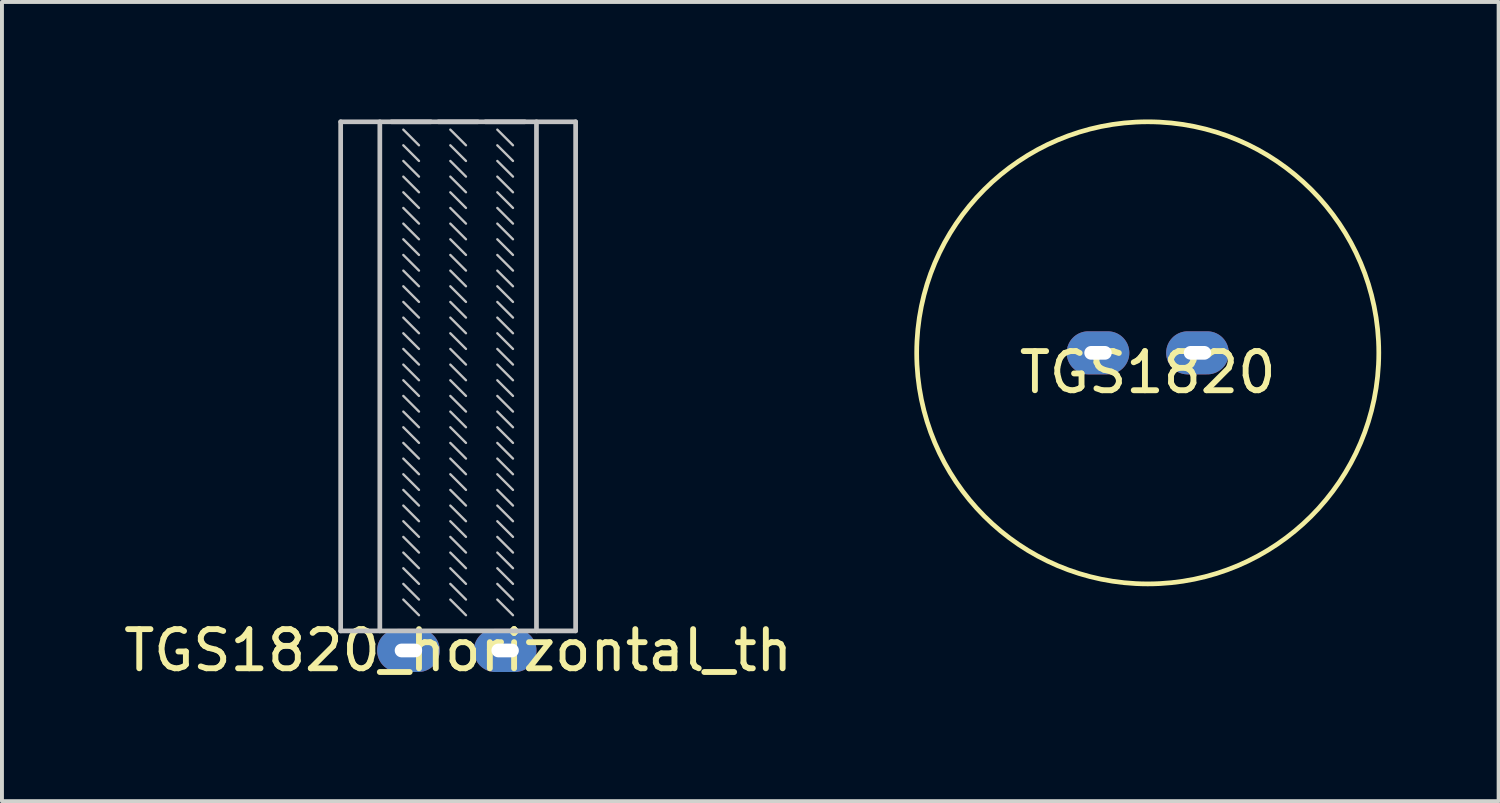
<source format=kicad_pcb>
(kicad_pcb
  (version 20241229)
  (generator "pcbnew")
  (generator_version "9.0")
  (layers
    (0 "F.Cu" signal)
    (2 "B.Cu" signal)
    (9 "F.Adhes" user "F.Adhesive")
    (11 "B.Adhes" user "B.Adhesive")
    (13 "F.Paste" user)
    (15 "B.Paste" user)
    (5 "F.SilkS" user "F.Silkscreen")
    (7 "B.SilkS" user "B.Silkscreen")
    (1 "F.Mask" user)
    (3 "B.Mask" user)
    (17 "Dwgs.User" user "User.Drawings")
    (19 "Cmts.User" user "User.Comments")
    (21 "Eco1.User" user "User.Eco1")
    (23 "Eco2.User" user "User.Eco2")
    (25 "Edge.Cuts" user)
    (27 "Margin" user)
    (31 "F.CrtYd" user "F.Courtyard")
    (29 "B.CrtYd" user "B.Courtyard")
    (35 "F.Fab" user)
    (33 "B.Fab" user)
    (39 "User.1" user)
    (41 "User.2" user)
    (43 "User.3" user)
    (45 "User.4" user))
  (footprint "TGS1820"
    (layer "F.Cu")
    (at 26.258 5.96)
    (property "Reference" "TGS1820" (at 0 0.5 0) (layer "F.SilkS") (effects (font (size 1 1) (thickness 0.15))))
    (attr through_hole)
    (fp_circle (center 0 0) (end 5.9 0) (stroke (width 0.12) (type solid)) (fill no) (layer "F.SilkS"))
    (pad "1" thru_hole oval (at -1.27 0) (size 1.6 1.1) (drill oval 0.7 0.35) (layers "*.Cu" "*.Mask"))
    (pad "2" thru_hole oval (at 1.27 0) (size 1.6 1.1) (drill oval 0.7 0.35) (layers "*.Cu" "*.Mask")))
  (footprint "TGS1820_horizontal_th"
    (layer "F.Cu")
    (at 8.649 13.06)
    (property "Reference" "TGS1820_horizontal_th" (at 0 0.5 0) (layer "F.SilkS") (effects (font (size 1 1) (thickness 0.15))))
    (attr through_hole)
    (fp_line (start -3 -13) (end 3 -13) (stroke (width 0.12) (type solid)) (layer "Dwgs.User"))
    (fp_line (start -3 0) (end -3 -13) (stroke (width 0.12) (type solid)) (layer "Dwgs.User"))
    (fp_line (start -3 0) (end 3 0) (stroke (width 0.12) (type solid)) (layer "Dwgs.User"))
    (fp_line (start -2 0) (end -2 -13) (stroke (width 0.12) (type solid)) (layer "Dwgs.User"))
    (fp_line (start -1.7 -13) (end -0.7 -13) (stroke (width 0.12) (type solid)) (layer "Dwgs.User"))
    (fp_line (start -1.4 -12.8) (end -1 -12.4) (stroke (width 0.06) (type solid)) (layer "Dwgs.User"))
    (fp_line (start -1.4 -12.4) (end -1 -12) (stroke (width 0.06) (type solid)) (layer "Dwgs.User"))
    (fp_line (start -1.4 -12) (end -1 -11.6) (stroke (width 0.06) (type solid)) (layer "Dwgs.User"))
    (fp_line (start -1.4 -11.6) (end -1 -11.2) (stroke (width 0.06) (type solid)) (layer "Dwgs.User"))
    (fp_line (start -1.4 -11.2) (end -1 -10.8) (stroke (width 0.06) (type solid)) (layer "Dwgs.User"))
    (fp_line (start -1.4 -10.8) (end -1 -10.4) (stroke (width 0.06) (type solid)) (layer "Dwgs.User"))
    (fp_line (start -1.4 -10.4) (end -1 -10) (stroke (width 0.06) (type solid)) (layer "Dwgs.User"))
    (fp_line (start -1.4 -10) (end -1 -9.6) (stroke (width 0.06) (type solid)) (layer "Dwgs.User"))
    (fp_line (start -1.4 -9.6) (end -1 -9.2) (stroke (width 0.06) (type solid)) (layer "Dwgs.User"))
    (fp_line (start -1.4 -9.2) (end -1 -8.8) (stroke (width 0.06) (type solid)) (layer "Dwgs.User"))
    (fp_line (start -1.4 -8.8) (end -1 -8.4) (stroke (width 0.06) (type solid)) (layer "Dwgs.User"))
    (fp_line (start -1.4 -8.4) (end -1 -8) (stroke (width 0.06) (type solid)) (layer "Dwgs.User"))
    (fp_line (start -1.4 -8) (end -1 -7.6) (stroke (width 0.06) (type solid)) (layer "Dwgs.User"))
    (fp_line (start -1.4 -7.6) (end -1 -7.2) (stroke (width 0.06) (type solid)) (layer "Dwgs.User"))
    (fp_line (start -1.4 -7.2) (end -1 -6.8) (stroke (width 0.06) (type solid)) (layer "Dwgs.User"))
    (fp_line (start -1.4 -6.8) (end -1 -6.4) (stroke (width 0.06) (type solid)) (layer "Dwgs.User"))
    (fp_line (start -1.4 -6.4) (end -1 -6) (stroke (width 0.06) (type solid)) (layer "Dwgs.User"))
    (fp_line (start -1.4 -6) (end -1 -5.6) (stroke (width 0.06) (type solid)) (layer "Dwgs.User"))
    (fp_line (start -1.4 -5.6) (end -1 -5.2) (stroke (width 0.06) (type solid)) (layer "Dwgs.User"))
    (fp_line (start -1.4 -5.2) (end -1 -4.8) (stroke (width 0.06) (type solid)) (layer "Dwgs.User"))
    (fp_line (start -1.4 -4.8) (end -1 -4.4) (stroke (width 0.06) (type solid)) (layer "Dwgs.User"))
    (fp_line (start -1.4 -4.4) (end -1 -4) (stroke (width 0.06) (type solid)) (layer "Dwgs.User"))
    (fp_line (start -1.4 -4) (end -1 -3.6) (stroke (width 0.06) (type solid)) (layer "Dwgs.User"))
    (fp_line (start -1.4 -3.6) (end -1 -3.2) (stroke (width 0.06) (type solid)) (layer "Dwgs.User"))
    (fp_line (start -1.4 -3.2) (end -1 -2.8) (stroke (width 0.06) (type solid)) (layer "Dwgs.User"))
    (fp_line (start -1.4 -2.8) (end -1 -2.4) (stroke (width 0.06) (type solid)) (layer "Dwgs.User"))
    (fp_line (start -1.4 -2.4) (end -1 -2) (stroke (width 0.06) (type solid)) (layer "Dwgs.User"))
    (fp_line (start -1.4 -2) (end -1 -1.6) (stroke (width 0.06) (type solid)) (layer "Dwgs.User"))
    (fp_line (start -1.4 -1.6) (end -1 -1.2) (stroke (width 0.06) (type solid)) (layer "Dwgs.User"))
    (fp_line (start -1.4 -1.2) (end -1 -0.8) (stroke (width 0.06) (type solid)) (layer "Dwgs.User"))
    (fp_line (start -1.4 -0.8) (end -1 -0.4) (stroke (width 0.06) (type solid)) (layer "Dwgs.User"))
    (fp_line (start -0.5 -13) (end 0.5 -13) (stroke (width 0.12) (type solid)) (layer "Dwgs.User"))
    (fp_line (start -0.2 -12.8) (end 0.2 -12.4) (stroke (width 0.06) (type solid)) (layer "Dwgs.User"))
    (fp_line (start -0.2 -12.4) (end 0.2 -12) (stroke (width 0.06) (type solid)) (layer "Dwgs.User"))
    (fp_line (start -0.2 -12) (end 0.2 -11.6) (stroke (width 0.06) (type solid)) (layer "Dwgs.User"))
    (fp_line (start -0.2 -11.6) (end 0.2 -11.2) (stroke (width 0.06) (type solid)) (layer "Dwgs.User"))
    (fp_line (start -0.2 -11.2) (end 0.2 -10.8) (stroke (width 0.06) (type solid)) (layer "Dwgs.User"))
    (fp_line (start -0.2 -10.8) (end 0.2 -10.4) (stroke (width 0.06) (type solid)) (layer "Dwgs.User"))
    (fp_line (start -0.2 -10.4) (end 0.2 -10) (stroke (width 0.06) (type solid)) (layer "Dwgs.User"))
    (fp_line (start -0.2 -10) (end 0.2 -9.6) (stroke (width 0.06) (type solid)) (layer "Dwgs.User"))
    (fp_line (start -0.2 -9.6) (end 0.2 -9.2) (stroke (width 0.06) (type solid)) (layer "Dwgs.User"))
    (fp_line (start -0.2 -9.2) (end 0.2 -8.8) (stroke (width 0.06) (type solid)) (layer "Dwgs.User"))
    (fp_line (start -0.2 -8.8) (end 0.2 -8.4) (stroke (width 0.06) (type solid)) (layer "Dwgs.User"))
    (fp_line (start -0.2 -8.4) (end 0.2 -8) (stroke (width 0.06) (type solid)) (layer "Dwgs.User"))
    (fp_line (start -0.2 -8) (end 0.2 -7.6) (stroke (width 0.06) (type solid)) (layer "Dwgs.User"))
    (fp_line (start -0.2 -7.6) (end 0.2 -7.2) (stroke (width 0.06) (type solid)) (layer "Dwgs.User"))
    (fp_line (start -0.2 -7.2) (end 0.2 -6.8) (stroke (width 0.06) (type solid)) (layer "Dwgs.User"))
    (fp_line (start -0.2 -6.8) (end 0.2 -6.4) (stroke (width 0.06) (type solid)) (layer "Dwgs.User"))
    (fp_line (start -0.2 -6.4) (end 0.2 -6) (stroke (width 0.06) (type solid)) (layer "Dwgs.User"))
    (fp_line (start -0.2 -6) (end 0.2 -5.6) (stroke (width 0.06) (type solid)) (layer "Dwgs.User"))
    (fp_line (start -0.2 -5.6) (end 0.2 -5.2) (stroke (width 0.06) (type solid)) (layer "Dwgs.User"))
    (fp_line (start -0.2 -5.2) (end 0.2 -4.8) (stroke (width 0.06) (type solid)) (layer "Dwgs.User"))
    (fp_line (start -0.2 -4.8) (end 0.2 -4.4) (stroke (width 0.06) (type solid)) (layer "Dwgs.User"))
    (fp_line (start -0.2 -4.4) (end 0.2 -4) (stroke (width 0.06) (type solid)) (layer "Dwgs.User"))
    (fp_line (start -0.2 -4) (end 0.2 -3.6) (stroke (width 0.06) (type solid)) (layer "Dwgs.User"))
    (fp_line (start -0.2 -3.6) (end 0.2 -3.2) (stroke (width 0.06) (type solid)) (layer "Dwgs.User"))
    (fp_line (start -0.2 -3.2) (end 0.2 -2.8) (stroke (width 0.06) (type solid)) (layer "Dwgs.User"))
    (fp_line (start -0.2 -2.8) (end 0.2 -2.4) (stroke (width 0.06) (type solid)) (layer "Dwgs.User"))
    (fp_line (start -0.2 -2.4) (end 0.2 -2) (stroke (width 0.06) (type solid)) (layer "Dwgs.User"))
    (fp_line (start -0.2 -2) (end 0.2 -1.6) (stroke (width 0.06) (type solid)) (layer "Dwgs.User"))
    (fp_line (start -0.2 -1.6) (end 0.2 -1.2) (stroke (width 0.06) (type solid)) (layer "Dwgs.User"))
    (fp_line (start -0.2 -1.2) (end 0.2 -0.8) (stroke (width 0.06) (type solid)) (layer "Dwgs.User"))
    (fp_line (start -0.2 -0.8) (end 0.2 -0.4) (stroke (width 0.06) (type solid)) (layer "Dwgs.User"))
    (fp_line (start 0.7 -13) (end 1.7 -13) (stroke (width 0.12) (type solid)) (layer "Dwgs.User"))
    (fp_line (start 1 -12.8) (end 1.4 -12.4) (stroke (width 0.06) (type solid)) (layer "Dwgs.User"))
    (fp_line (start 1 -12.4) (end 1.4 -12) (stroke (width 0.06) (type solid)) (layer "Dwgs.User"))
    (fp_line (start 1 -12) (end 1.4 -11.6) (stroke (width 0.06) (type solid)) (layer "Dwgs.User"))
    (fp_line (start 1 -11.6) (end 1.4 -11.2) (stroke (width 0.06) (type solid)) (layer "Dwgs.User"))
    (fp_line (start 1 -11.2) (end 1.4 -10.8) (stroke (width 0.06) (type solid)) (layer "Dwgs.User"))
    (fp_line (start 1 -10.8) (end 1.4 -10.4) (stroke (width 0.06) (type solid)) (layer "Dwgs.User"))
    (fp_line (start 1 -10.4) (end 1.4 -10) (stroke (width 0.06) (type solid)) (layer "Dwgs.User"))
    (fp_line (start 1 -10) (end 1.4 -9.6) (stroke (width 0.06) (type solid)) (layer "Dwgs.User"))
    (fp_line (start 1 -9.6) (end 1.4 -9.2) (stroke (width 0.06) (type solid)) (layer "Dwgs.User"))
    (fp_line (start 1 -9.2) (end 1.4 -8.8) (stroke (width 0.06) (type solid)) (layer "Dwgs.User"))
    (fp_line (start 1 -8.8) (end 1.4 -8.4) (stroke (width 0.06) (type solid)) (layer "Dwgs.User"))
    (fp_line (start 1 -8.4) (end 1.4 -8) (stroke (width 0.06) (type solid)) (layer "Dwgs.User"))
    (fp_line (start 1 -8) (end 1.4 -7.6) (stroke (width 0.06) (type solid)) (layer "Dwgs.User"))
    (fp_line (start 1 -7.6) (end 1.4 -7.2) (stroke (width 0.06) (type solid)) (layer "Dwgs.User"))
    (fp_line (start 1 -7.2) (end 1.4 -6.8) (stroke (width 0.06) (type solid)) (layer "Dwgs.User"))
    (fp_line (start 1 -6.8) (end 1.4 -6.4) (stroke (width 0.06) (type solid)) (layer "Dwgs.User"))
    (fp_line (start 1 -6.4) (end 1.4 -6) (stroke (width 0.06) (type solid)) (layer "Dwgs.User"))
    (fp_line (start 1 -6) (end 1.4 -5.6) (stroke (width 0.06) (type solid)) (layer "Dwgs.User"))
    (fp_line (start 1 -5.6) (end 1.4 -5.2) (stroke (width 0.06) (type solid)) (layer "Dwgs.User"))
    (fp_line (start 1 -5.2) (end 1.4 -4.8) (stroke (width 0.06) (type solid)) (layer "Dwgs.User"))
    (fp_line (start 1 -4.8) (end 1.4 -4.4) (stroke (width 0.06) (type solid)) (layer "Dwgs.User"))
    (fp_line (start 1 -4.4) (end 1.4 -4) (stroke (width 0.06) (type solid)) (layer "Dwgs.User"))
    (fp_line (start 1 -4) (end 1.4 -3.6) (stroke (width 0.06) (type solid)) (layer "Dwgs.User"))
    (fp_line (start 1 -3.6) (end 1.4 -3.2) (stroke (width 0.06) (type solid)) (layer "Dwgs.User"))
    (fp_line (start 1 -3.2) (end 1.4 -2.8) (stroke (width 0.06) (type solid)) (layer "Dwgs.User"))
    (fp_line (start 1 -2.8) (end 1.4 -2.4) (stroke (width 0.06) (type solid)) (layer "Dwgs.User"))
    (fp_line (start 1 -2.4) (end 1.4 -2) (stroke (width 0.06) (type solid)) (layer "Dwgs.User"))
    (fp_line (start 1 -2) (end 1.4 -1.6) (stroke (width 0.06) (type solid)) (layer "Dwgs.User"))
    (fp_line (start 1 -1.6) (end 1.4 -1.2) (stroke (width 0.06) (type solid)) (layer "Dwgs.User"))
    (fp_line (start 1 -1.2) (end 1.4 -0.8) (stroke (width 0.06) (type solid)) (layer "Dwgs.User"))
    (fp_line (start 1 -0.8) (end 1.4 -0.4) (stroke (width 0.06) (type solid)) (layer "Dwgs.User"))
    (fp_line (start 2 -13) (end 2 0) (stroke (width 0.12) (type solid)) (layer "Dwgs.User"))
    (fp_line (start 3 0) (end 3 -13) (stroke (width 0.12) (type solid)) (layer "Dwgs.User"))
    (pad "1" thru_hole oval (at -1.27 0.5) (size 1.6 1.1) (drill oval 0.7 0.35) (layers "*.Cu" "*.Mask"))
    (pad "2" thru_hole oval (at 1.2 0.5) (size 1.6 1.1) (drill oval 0.7 0.35) (layers "*.Cu" "*.Mask")))
  (gr_rect
    (start -3 -3)
    (end 35.218 17.408)
    (stroke (width 0.1) (type default))
    (fill no)
    (layer "Edge.Cuts")))
</source>
